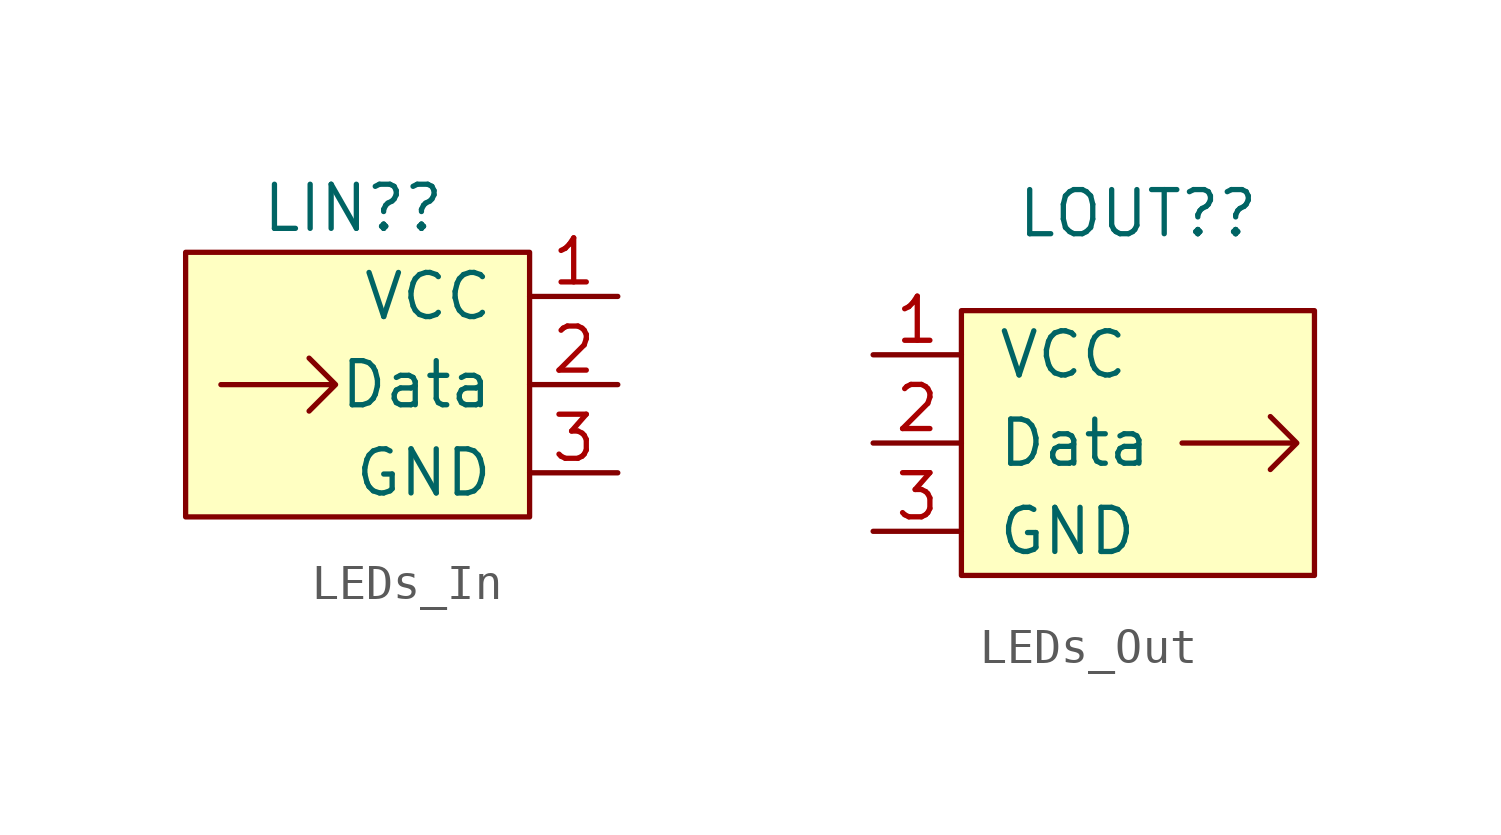
<source format=kicad_sym>
(kicad_symbol_lib
  (version 20211014)
  (generator kicad_symbol_editor)
  (symbol "LEDs_In"
    (pin_names
      (offset 1.016))
    (property "Reference" "LIN?"
      (at 0 5.08 0)
      (effects (font (size 1.27 1.27))))
    (symbol "LEDs_In_0_1"
      (rectangle (start -4.826 3.81) (end 5.08 -3.81) (stroke (width 0.152) (type default) (color 0 0 0 0)) (fill (type background)))
      (polyline (pts (xy -3.81 0) (xy -0.508 0) (xy -1.27 0.762) (xy -0.508 0) (xy -1.27 -0.762)) (stroke (width 0.152) (type default) (color 0 0 0 0)) (fill (type none))))
    (symbol "LEDs_In_1_1"
      (pin power_out line (at 7.62 2.54 180) (length 2.54) (name "VCC" (effects (font (size 1.27 1.27)))) (number "1" (effects (font (size 1.27 1.27)))))
      (pin output line (at 7.62 0 180) (length 2.54) (name "Data" (effects (font (size 1.27 1.27)))) (number "2" (effects (font (size 1.27 1.27)))))
      (pin power_out line (at 7.62 -2.54 180) (length 2.54) (name "GND" (effects (font (size 1.27 1.27)))) (number "3" (effects (font (size 1.27 1.27)))))))
  (symbol "LEDs_Out"
    (pin_names
      (offset 1.016))
    (property "Reference" "LOUT?"
      (at 0 7.874 0)
      (effects (font (size 1.27 1.27))))
    (symbol "LEDs_Out_0_1"
      (rectangle (start -5.08 5.08) (end 5.08 -2.54) (stroke (width 0.152) (type default) (color 0 0 0 0)) (fill (type background)))
      (polyline (pts (xy 1.27 1.27) (xy 4.572 1.27) (xy 3.81 2.032) (xy 4.572 1.27) (xy 3.81 0.508)) (stroke (width 0.152) (type default) (color 0 0 0 0)) (fill (type none))))
    (symbol "LEDs_Out_1_1"
      (pin power_in line (at -7.62 3.81 0) (length 2.54) (name "VCC" (effects (font (size 1.27 1.27)))) (number "1" (effects (font (size 1.27 1.27)))))
      (pin input line (at -7.62 1.27 0) (length 2.54) (name "Data" (effects (font (size 1.27 1.27)))) (number "2" (effects (font (size 1.27 1.27)))))
      (pin power_in line (at -7.62 -1.27 0) (length 2.54) (name "GND" (effects (font (size 1.27 1.27)))) (number "3" (effects (font (size 1.27 1.27))))))))
</source>
